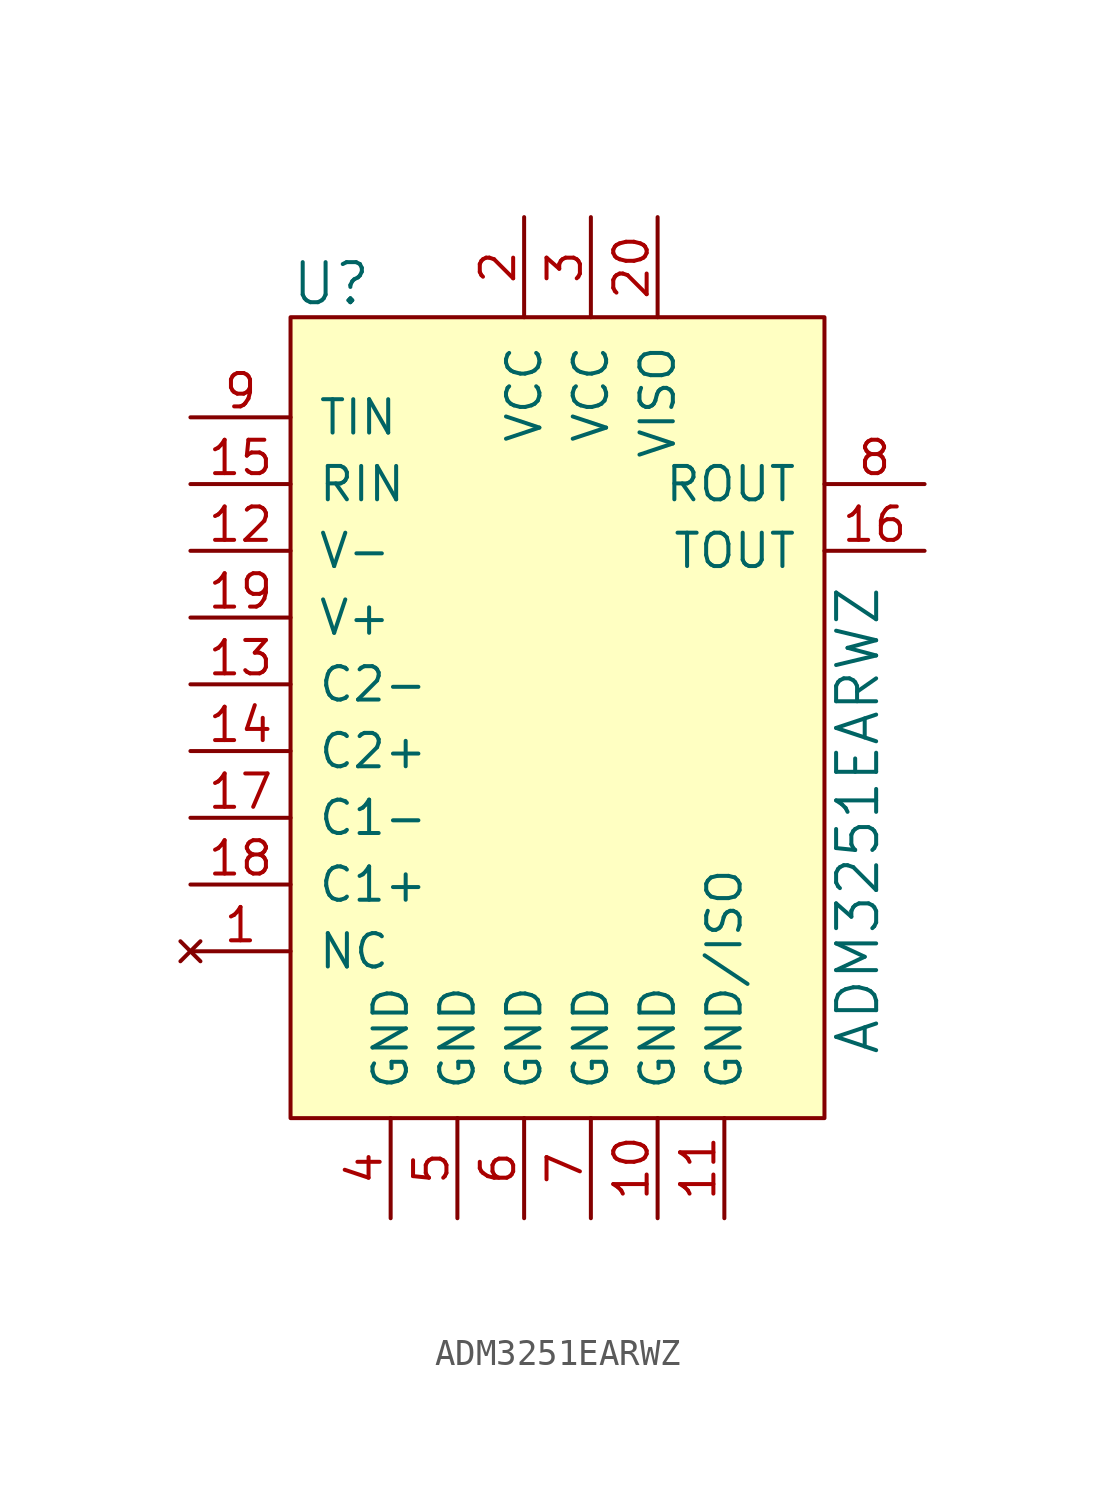
<source format=kicad_sym>
(kicad_symbol_lib
  (version 20220914)
  (generator kicad_symbol_editor)
  (symbol "ADM3251EARWZ"
    (pin_names
      (offset 1.016))
    (property "Reference" "U"
      (at -11.43 15.24 0)
      (effects (font (size 1.524 1.524)) (justify left)))
    (property "Value" "ADM3251EARWZ"
      (at 10.16 3.81 90)
      (effects (font (size 1.524 1.524)) (justify right)))
    (symbol "ADM3251EARWZ_0_1"
      (rectangle (start -11.43 13.97) (end 8.89 -16.51) (stroke (width 0) (type solid)) (fill (type background))))
    (symbol "ADM3251EARWZ_1_1"
      (pin no_connect line (at -15.24 -10.16 0) (length 3.81) (name "NC" (effects (font (size 1.27 1.27)))) (number "1" (effects (font (size 1.27 1.27)))))
      (pin power_in line (at 2.54 -20.32 90) (length 3.81) (name "GND" (effects (font (size 1.27 1.27)))) (number "10" (effects (font (size 1.27 1.27)))))
      (pin power_in line (at 5.08 -20.32 90) (length 3.81) (name "GND/ISO" (effects (font (size 1.27 1.27)))) (number "11" (effects (font (size 1.27 1.27)))))
      (pin passive line (at -15.24 5.08 0) (length 3.81) (name "V-" (effects (font (size 1.27 1.27)))) (number "12" (effects (font (size 1.27 1.27)))))
      (pin passive line (at -15.24 0 0) (length 3.81) (name "C2-" (effects (font (size 1.27 1.27)))) (number "13" (effects (font (size 1.27 1.27)))))
      (pin passive line (at -15.24 -2.54 0) (length 3.81) (name "C2+" (effects (font (size 1.27 1.27)))) (number "14" (effects (font (size 1.27 1.27)))))
      (pin bidirectional line (at -15.24 7.62 0) (length 3.81) (name "RIN" (effects (font (size 1.27 1.27)))) (number "15" (effects (font (size 1.27 1.27)))))
      (pin output line (at 12.7 5.08 180) (length 3.81) (name "TOUT" (effects (font (size 1.27 1.27)))) (number "16" (effects (font (size 1.27 1.27)))))
      (pin passive line (at -15.24 -5.08 0) (length 3.81) (name "C1-" (effects (font (size 1.27 1.27)))) (number "17" (effects (font (size 1.27 1.27)))))
      (pin passive line (at -15.24 -7.62 0) (length 3.81) (name "C1+" (effects (font (size 1.27 1.27)))) (number "18" (effects (font (size 1.27 1.27)))))
      (pin unspecified line (at -15.24 2.54 0) (length 3.81) (name "V+" (effects (font (size 1.27 1.27)))) (number "19" (effects (font (size 1.27 1.27)))))
      (pin power_in line (at -2.54 17.78 270) (length 3.81) (name "VCC" (effects (font (size 1.27 1.27)))) (number "2" (effects (font (size 1.27 1.27)))))
      (pin power_in line (at 2.54 17.78 270) (length 3.81) (name "VISO" (effects (font (size 1.27 1.27)))) (number "20" (effects (font (size 1.27 1.27)))))
      (pin power_in line (at 0 17.78 270) (length 3.81) (name "VCC" (effects (font (size 1.27 1.27)))) (number "3" (effects (font (size 1.27 1.27)))))
      (pin power_in line (at -7.62 -20.32 90) (length 3.81) (name "GND" (effects (font (size 1.27 1.27)))) (number "4" (effects (font (size 1.27 1.27)))))
      (pin power_in line (at -5.08 -20.32 90) (length 3.81) (name "GND" (effects (font (size 1.27 1.27)))) (number "5" (effects (font (size 1.27 1.27)))))
      (pin power_in line (at -2.54 -20.32 90) (length 3.81) (name "GND" (effects (font (size 1.27 1.27)))) (number "6" (effects (font (size 1.27 1.27)))))
      (pin power_in line (at 0 -20.32 90) (length 3.81) (name "GND" (effects (font (size 1.27 1.27)))) (number "7" (effects (font (size 1.27 1.27)))))
      (pin output line (at 12.7 7.62 180) (length 3.81) (name "ROUT" (effects (font (size 1.27 1.27)))) (number "8" (effects (font (size 1.27 1.27)))))
      (pin bidirectional line (at -15.24 10.16 0) (length 3.81) (name "TIN" (effects (font (size 1.27 1.27)))) (number "9" (effects (font (size 1.27 1.27))))))))
</source>
